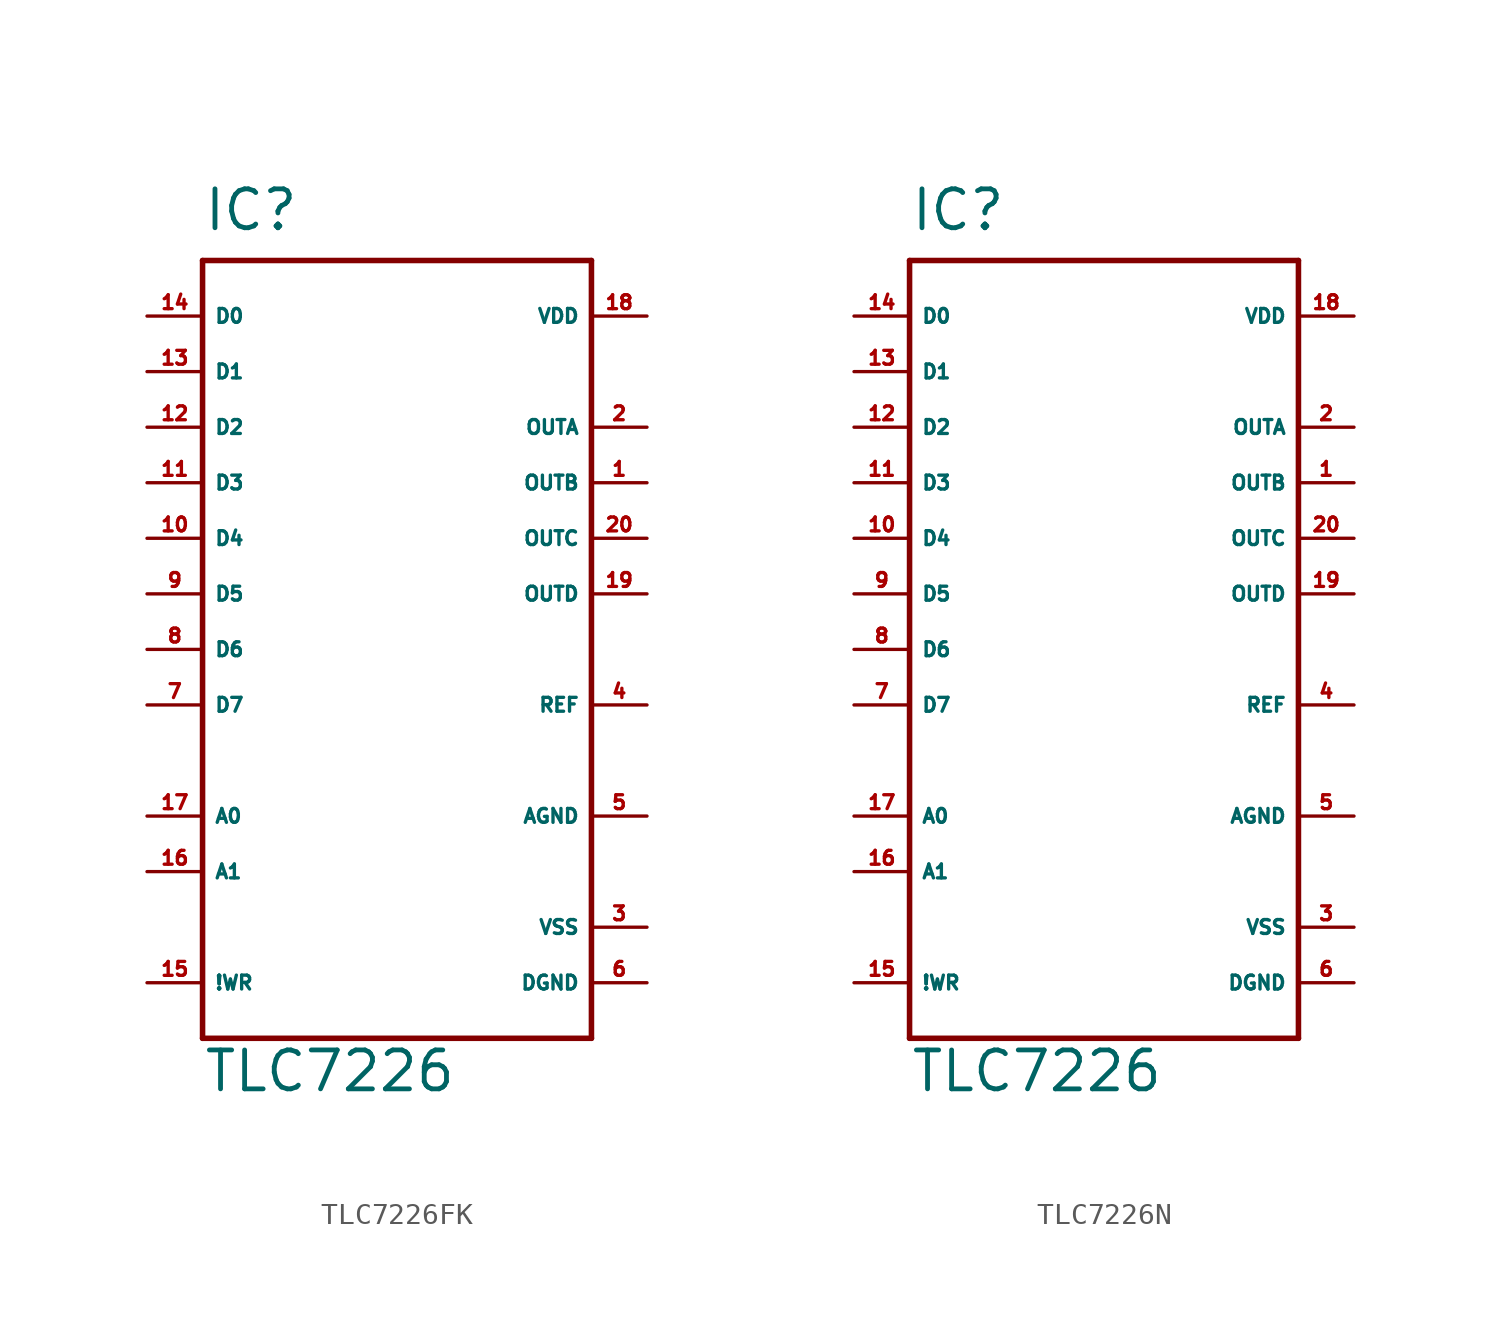
<source format=kicad_sym>
(kicad_symbol_lib
  (version 20220914)
  (generator Eagle2Kicad)
  (symbol "TLC7226FK"
    (property "Reference" "IC"
      (at -7.62 19.05 0)
      (effects (font (size 1.778 1.778) (thickness 0.22)) (justify left bottom)))
    (property "Value" "TLC7226"
      (at -7.62 -20.32 0)
      (effects (font (size 1.778 1.778) (thickness 0.22)) (justify left bottom)))
    (polyline
      (pts (xy -7.62 17.78) (xy 10.16 17.78))
      (stroke (width 0.254) (type default))
      (fill (type none)))
    (polyline
      (pts (xy 10.16 17.78) (xy 10.16 -17.78))
      (stroke (width 0.254) (type default))
      (fill (type none)))
    (polyline
      (pts (xy 10.16 -17.78) (xy -7.62 -17.78))
      (stroke (width 0.254) (type default))
      (fill (type none)))
    (polyline
      (pts (xy -7.62 -17.78) (xy -7.62 17.78))
      (stroke (width 0.254) (type default))
      (fill (type none)))
    (pin output line
      (at 12.7 10.16 180)
      (length 2.54)
      (name "OUTA" (effects (font (size 0.635 0.635) (thickness 0.08)) (justify left bottom)))
      (number "2" (effects (font (size 0.635 0.635) (thickness 0.08)) (justify left bottom))))
    (pin output line
      (at 12.7 7.62 180)
      (length 2.54)
      (name "OUTB" (effects (font (size 0.635 0.635) (thickness 0.08)) (justify left bottom)))
      (number "1" (effects (font (size 0.635 0.635) (thickness 0.08)) (justify left bottom))))
    (pin output line
      (at 12.7 5.08 180)
      (length 2.54)
      (name "OUTC" (effects (font (size 0.635 0.635) (thickness 0.08)) (justify left bottom)))
      (number "20" (effects (font (size 0.635 0.635) (thickness 0.08)) (justify left bottom))))
    (pin output line
      (at 12.7 2.54 180)
      (length 2.54)
      (name "OUTD" (effects (font (size 0.635 0.635) (thickness 0.08)) (justify left bottom)))
      (number "19" (effects (font (size 0.635 0.635) (thickness 0.08)) (justify left bottom))))
    (pin input line
      (at -10.16 -7.62 0)
      (length 2.54)
      (name "A0" (effects (font (size 0.635 0.635) (thickness 0.08)) (justify left bottom)))
      (number "17" (effects (font (size 0.635 0.635) (thickness 0.08)) (justify left bottom))))
    (pin input line
      (at -10.16 -10.16 0)
      (length 2.54)
      (name "A1" (effects (font (size 0.635 0.635) (thickness 0.08)) (justify left bottom)))
      (number "16" (effects (font (size 0.635 0.635) (thickness 0.08)) (justify left bottom))))
    (pin input line
      (at -10.16 15.24 0)
      (length 2.54)
      (name "D0" (effects (font (size 0.635 0.635) (thickness 0.08)) (justify left bottom)))
      (number "14" (effects (font (size 0.635 0.635) (thickness 0.08)) (justify left bottom))))
    (pin input line
      (at -10.16 12.7 0)
      (length 2.54)
      (name "D1" (effects (font (size 0.635 0.635) (thickness 0.08)) (justify left bottom)))
      (number "13" (effects (font (size 0.635 0.635) (thickness 0.08)) (justify left bottom))))
    (pin input line
      (at -10.16 10.16 0)
      (length 2.54)
      (name "D2" (effects (font (size 0.635 0.635) (thickness 0.08)) (justify left bottom)))
      (number "12" (effects (font (size 0.635 0.635) (thickness 0.08)) (justify left bottom))))
    (pin input line
      (at -10.16 7.62 0)
      (length 2.54)
      (name "D3" (effects (font (size 0.635 0.635) (thickness 0.08)) (justify left bottom)))
      (number "11" (effects (font (size 0.635 0.635) (thickness 0.08)) (justify left bottom))))
    (pin input line
      (at -10.16 5.08 0)
      (length 2.54)
      (name "D4" (effects (font (size 0.635 0.635) (thickness 0.08)) (justify left bottom)))
      (number "10" (effects (font (size 0.635 0.635) (thickness 0.08)) (justify left bottom))))
    (pin input line
      (at -10.16 2.54 0)
      (length 2.54)
      (name "D5" (effects (font (size 0.635 0.635) (thickness 0.08)) (justify left bottom)))
      (number "9" (effects (font (size 0.635 0.635) (thickness 0.08)) (justify left bottom))))
    (pin input line
      (at -10.16 0 0)
      (length 2.54)
      (name "D6" (effects (font (size 0.635 0.635) (thickness 0.08)) (justify left bottom)))
      (number "8" (effects (font (size 0.635 0.635) (thickness 0.08)) (justify left bottom))))
    (pin input line
      (at -10.16 -2.54 0)
      (length 2.54)
      (name "D7" (effects (font (size 0.635 0.635) (thickness 0.08)) (justify left bottom)))
      (number "7" (effects (font (size 0.635 0.635) (thickness 0.08)) (justify left bottom))))
    (pin input line
      (at -10.16 -15.24 0)
      (length 2.54)
      (name "!WR" (effects (font (size 0.635 0.635) (thickness 0.08)) (justify left bottom)))
      (number "15" (effects (font (size 0.635 0.635) (thickness 0.08)) (justify left bottom))))
    (pin unspecified line
      (at 12.7 -7.62 180)
      (length 2.54)
      (name "AGND" (effects (font (size 0.635 0.635) (thickness 0.08)) (justify left bottom)))
      (number "5" (effects (font (size 0.635 0.635) (thickness 0.08)) (justify left bottom))))
    (pin unspecified line
      (at 12.7 -15.24 180)
      (length 2.54)
      (name "DGND" (effects (font (size 0.635 0.635) (thickness 0.08)) (justify left bottom)))
      (number "6" (effects (font (size 0.635 0.635) (thickness 0.08)) (justify left bottom))))
    (pin unspecified line
      (at 12.7 -12.7 180)
      (length 2.54)
      (name "VSS" (effects (font (size 0.635 0.635) (thickness 0.08)) (justify left bottom)))
      (number "3" (effects (font (size 0.635 0.635) (thickness 0.08)) (justify left bottom))))
    (pin input line
      (at 12.7 -2.54 180)
      (length 2.54)
      (name "REF" (effects (font (size 0.635 0.635) (thickness 0.08)) (justify left bottom)))
      (number "4" (effects (font (size 0.635 0.635) (thickness 0.08)) (justify left bottom))))
    (pin unspecified line
      (at 12.7 15.24 180)
      (length 2.54)
      (name "VDD" (effects (font (size 0.635 0.635) (thickness 0.08)) (justify left bottom)))
      (number "18" (effects (font (size 0.635 0.635) (thickness 0.08)) (justify left bottom)))))
  (symbol "TLC7226N"
    (property "Reference" "IC"
      (at -7.62 19.05 0)
      (effects (font (size 1.778 1.778) (thickness 0.22)) (justify left bottom)))
    (property "Value" "TLC7226"
      (at -7.62 -20.32 0)
      (effects (font (size 1.778 1.778) (thickness 0.22)) (justify left bottom)))
    (polyline
      (pts (xy -7.62 17.78) (xy 10.16 17.78))
      (stroke (width 0.254) (type default))
      (fill (type none)))
    (polyline
      (pts (xy 10.16 17.78) (xy 10.16 -17.78))
      (stroke (width 0.254) (type default))
      (fill (type none)))
    (polyline
      (pts (xy 10.16 -17.78) (xy -7.62 -17.78))
      (stroke (width 0.254) (type default))
      (fill (type none)))
    (polyline
      (pts (xy -7.62 -17.78) (xy -7.62 17.78))
      (stroke (width 0.254) (type default))
      (fill (type none)))
    (pin output line
      (at 12.7 10.16 180)
      (length 2.54)
      (name "OUTA" (effects (font (size 0.635 0.635) (thickness 0.08)) (justify left bottom)))
      (number "2" (effects (font (size 0.635 0.635) (thickness 0.08)) (justify left bottom))))
    (pin output line
      (at 12.7 7.62 180)
      (length 2.54)
      (name "OUTB" (effects (font (size 0.635 0.635) (thickness 0.08)) (justify left bottom)))
      (number "1" (effects (font (size 0.635 0.635) (thickness 0.08)) (justify left bottom))))
    (pin output line
      (at 12.7 5.08 180)
      (length 2.54)
      (name "OUTC" (effects (font (size 0.635 0.635) (thickness 0.08)) (justify left bottom)))
      (number "20" (effects (font (size 0.635 0.635) (thickness 0.08)) (justify left bottom))))
    (pin output line
      (at 12.7 2.54 180)
      (length 2.54)
      (name "OUTD" (effects (font (size 0.635 0.635) (thickness 0.08)) (justify left bottom)))
      (number "19" (effects (font (size 0.635 0.635) (thickness 0.08)) (justify left bottom))))
    (pin input line
      (at -10.16 -7.62 0)
      (length 2.54)
      (name "A0" (effects (font (size 0.635 0.635) (thickness 0.08)) (justify left bottom)))
      (number "17" (effects (font (size 0.635 0.635) (thickness 0.08)) (justify left bottom))))
    (pin input line
      (at -10.16 -10.16 0)
      (length 2.54)
      (name "A1" (effects (font (size 0.635 0.635) (thickness 0.08)) (justify left bottom)))
      (number "16" (effects (font (size 0.635 0.635) (thickness 0.08)) (justify left bottom))))
    (pin input line
      (at -10.16 15.24 0)
      (length 2.54)
      (name "D0" (effects (font (size 0.635 0.635) (thickness 0.08)) (justify left bottom)))
      (number "14" (effects (font (size 0.635 0.635) (thickness 0.08)) (justify left bottom))))
    (pin input line
      (at -10.16 12.7 0)
      (length 2.54)
      (name "D1" (effects (font (size 0.635 0.635) (thickness 0.08)) (justify left bottom)))
      (number "13" (effects (font (size 0.635 0.635) (thickness 0.08)) (justify left bottom))))
    (pin input line
      (at -10.16 10.16 0)
      (length 2.54)
      (name "D2" (effects (font (size 0.635 0.635) (thickness 0.08)) (justify left bottom)))
      (number "12" (effects (font (size 0.635 0.635) (thickness 0.08)) (justify left bottom))))
    (pin input line
      (at -10.16 7.62 0)
      (length 2.54)
      (name "D3" (effects (font (size 0.635 0.635) (thickness 0.08)) (justify left bottom)))
      (number "11" (effects (font (size 0.635 0.635) (thickness 0.08)) (justify left bottom))))
    (pin input line
      (at -10.16 5.08 0)
      (length 2.54)
      (name "D4" (effects (font (size 0.635 0.635) (thickness 0.08)) (justify left bottom)))
      (number "10" (effects (font (size 0.635 0.635) (thickness 0.08)) (justify left bottom))))
    (pin input line
      (at -10.16 2.54 0)
      (length 2.54)
      (name "D5" (effects (font (size 0.635 0.635) (thickness 0.08)) (justify left bottom)))
      (number "9" (effects (font (size 0.635 0.635) (thickness 0.08)) (justify left bottom))))
    (pin input line
      (at -10.16 0 0)
      (length 2.54)
      (name "D6" (effects (font (size 0.635 0.635) (thickness 0.08)) (justify left bottom)))
      (number "8" (effects (font (size 0.635 0.635) (thickness 0.08)) (justify left bottom))))
    (pin input line
      (at -10.16 -2.54 0)
      (length 2.54)
      (name "D7" (effects (font (size 0.635 0.635) (thickness 0.08)) (justify left bottom)))
      (number "7" (effects (font (size 0.635 0.635) (thickness 0.08)) (justify left bottom))))
    (pin input line
      (at -10.16 -15.24 0)
      (length 2.54)
      (name "!WR" (effects (font (size 0.635 0.635) (thickness 0.08)) (justify left bottom)))
      (number "15" (effects (font (size 0.635 0.635) (thickness 0.08)) (justify left bottom))))
    (pin unspecified line
      (at 12.7 -7.62 180)
      (length 2.54)
      (name "AGND" (effects (font (size 0.635 0.635) (thickness 0.08)) (justify left bottom)))
      (number "5" (effects (font (size 0.635 0.635) (thickness 0.08)) (justify left bottom))))
    (pin unspecified line
      (at 12.7 -15.24 180)
      (length 2.54)
      (name "DGND" (effects (font (size 0.635 0.635) (thickness 0.08)) (justify left bottom)))
      (number "6" (effects (font (size 0.635 0.635) (thickness 0.08)) (justify left bottom))))
    (pin unspecified line
      (at 12.7 -12.7 180)
      (length 2.54)
      (name "VSS" (effects (font (size 0.635 0.635) (thickness 0.08)) (justify left bottom)))
      (number "3" (effects (font (size 0.635 0.635) (thickness 0.08)) (justify left bottom))))
    (pin input line
      (at 12.7 -2.54 180)
      (length 2.54)
      (name "REF" (effects (font (size 0.635 0.635) (thickness 0.08)) (justify left bottom)))
      (number "4" (effects (font (size 0.635 0.635) (thickness 0.08)) (justify left bottom))))
    (pin unspecified line
      (at 12.7 15.24 180)
      (length 2.54)
      (name "VDD" (effects (font (size 0.635 0.635) (thickness 0.08)) (justify left bottom)))
      (number "18" (effects (font (size 0.635 0.635) (thickness 0.08)) (justify left bottom))))))
</source>
